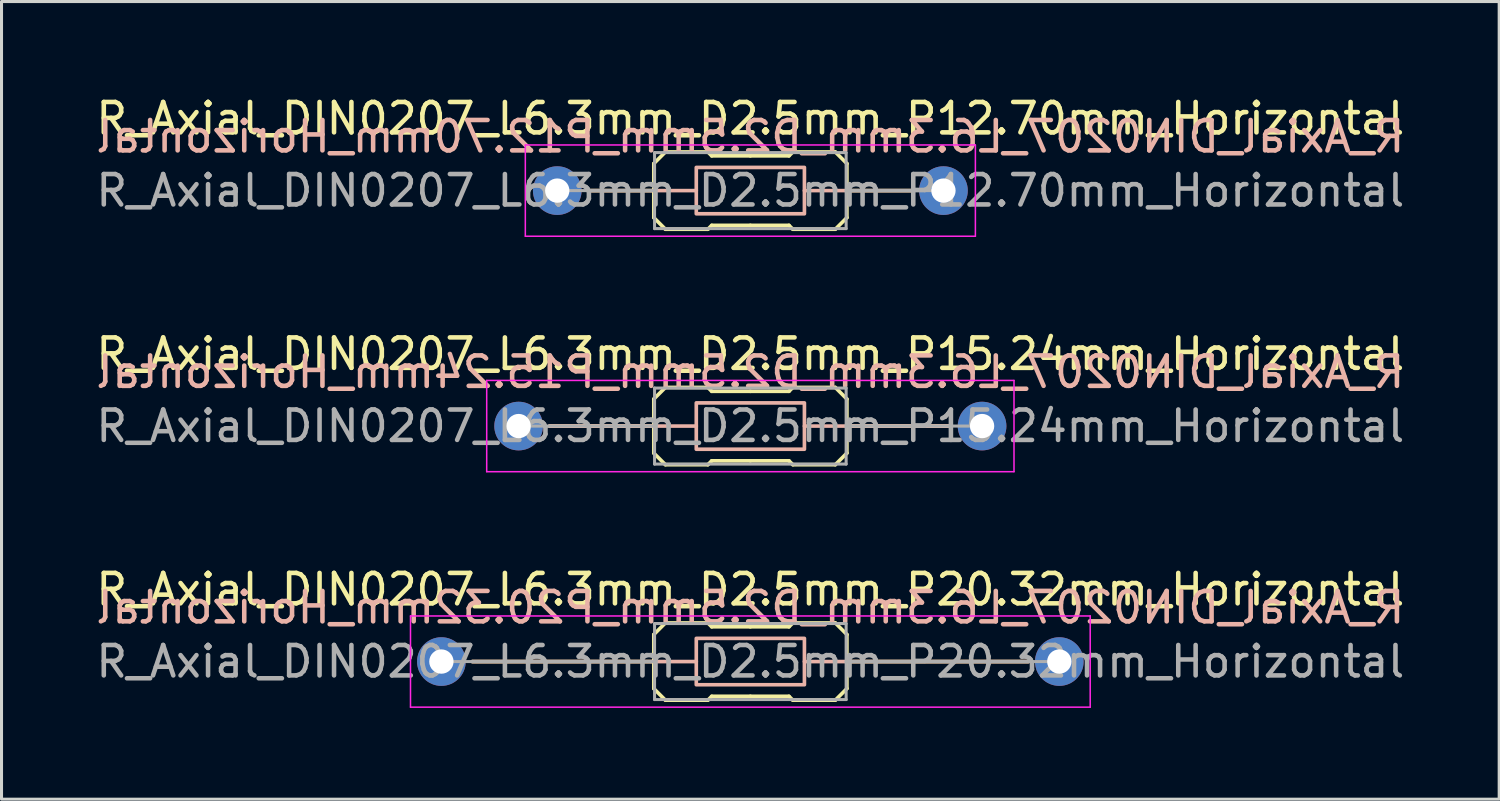
<source format=kicad_pcb>
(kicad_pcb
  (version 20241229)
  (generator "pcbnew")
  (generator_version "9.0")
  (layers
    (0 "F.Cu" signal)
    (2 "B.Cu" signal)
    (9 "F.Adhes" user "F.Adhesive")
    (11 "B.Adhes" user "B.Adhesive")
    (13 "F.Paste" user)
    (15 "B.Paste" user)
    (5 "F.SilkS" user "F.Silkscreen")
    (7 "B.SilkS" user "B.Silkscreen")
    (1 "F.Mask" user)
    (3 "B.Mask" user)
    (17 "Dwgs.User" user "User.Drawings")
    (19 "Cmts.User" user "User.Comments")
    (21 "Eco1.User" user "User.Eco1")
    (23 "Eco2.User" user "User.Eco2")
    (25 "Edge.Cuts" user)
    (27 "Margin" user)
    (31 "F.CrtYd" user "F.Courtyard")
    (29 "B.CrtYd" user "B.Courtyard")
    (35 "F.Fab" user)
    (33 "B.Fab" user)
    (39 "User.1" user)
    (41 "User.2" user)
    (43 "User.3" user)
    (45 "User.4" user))
  (footprint "R_Axial_DIN0207_L6.3mm_D2.5mm_P12.70mm_Horizontal"
    (layer "F.Cu")
    (at 15.275 3.218)
    (property "Reference" "R_Axial_DIN0207_L6.3mm_D2.5mm_P12.70mm_Horizontal" (at 6.35 -2.37 0) (layer "F.SilkS") (effects (font (size 1 1) (thickness 0.15))))
    (fp_line (start 3.175 -0.889) (end 3.175 0.889) (stroke (width 0.12) (type solid)) (layer "F.SilkS"))
    (fp_line (start 3.175 -0.889) (end 3.556 -1.27) (stroke (width 0.12) (type solid)) (layer "F.SilkS"))
    (fp_line (start 3.175 0) (end 1.016 0) (stroke (width 0.12) (type solid)) (layer "F.SilkS"))
    (fp_line (start 3.175 0.889) (end 3.556 1.27) (stroke (width 0.12) (type solid)) (layer "F.SilkS"))
    (fp_line (start 3.556 -1.27) (end 4.953 -1.27) (stroke (width 0.12) (type solid)) (layer "F.SilkS"))
    (fp_line (start 3.556 1.27) (end 4.953 1.27) (stroke (width 0.12) (type solid)) (layer "F.SilkS"))
    (fp_line (start 4.953 -1.27) (end 5.08 -1.143) (stroke (width 0.12) (type solid)) (layer "F.SilkS"))
    (fp_line (start 4.953 1.27) (end 5.08 1.143) (stroke (width 0.12) (type solid)) (layer "F.SilkS"))
    (fp_line (start 5.08 -1.143) (end 6.35 -1.143) (stroke (width 0.12) (type solid)) (layer "F.SilkS"))
    (fp_line (start 5.08 1.143) (end 6.35 1.143) (stroke (width 0.12) (type solid)) (layer "F.SilkS"))
    (fp_line (start 7.62 -1.143) (end 6.35 -1.143) (stroke (width 0.12) (type solid)) (layer "F.SilkS"))
    (fp_line (start 7.62 1.143) (end 6.35 1.143) (stroke (width 0.12) (type solid)) (layer "F.SilkS"))
    (fp_line (start 7.747 -1.27) (end 7.62 -1.143) (stroke (width 0.12) (type solid)) (layer "F.SilkS"))
    (fp_line (start 7.747 1.27) (end 7.62 1.143) (stroke (width 0.12) (type solid)) (layer "F.SilkS"))
    (fp_line (start 9.144 -1.27) (end 7.747 -1.27) (stroke (width 0.12) (type solid)) (layer "F.SilkS"))
    (fp_line (start 9.144 1.27) (end 7.747 1.27) (stroke (width 0.12) (type solid)) (layer "F.SilkS"))
    (fp_line (start 9.525 -0.889) (end 9.144 -1.27) (stroke (width 0.12) (type solid)) (layer "F.SilkS"))
    (fp_line (start 9.525 -0.889) (end 9.525 0.889) (stroke (width 0.12) (type solid)) (layer "F.SilkS"))
    (fp_line (start 9.525 0) (end 11.684 0) (stroke (width 0.12) (type solid)) (layer "F.SilkS"))
    (fp_line (start 9.525 0.889) (end 9.144 1.27) (stroke (width 0.12) (type solid)) (layer "F.SilkS"))
    (fp_line (start 4.572 0) (end 1.016 0) (stroke (width 0.12) (type solid)) (layer "B.SilkS"))
    (fp_line (start 8.128 0) (end 11.684 0) (stroke (width 0.12) (type solid)) (layer "B.SilkS"))
    (fp_rect (start 4.572 -0.762) (end 8.128 0.762) (stroke (width 0.12) (type solid)) (fill no) (layer "B.SilkS"))
    (fp_line (start -1.05 -1.5) (end -1.05 1.5) (stroke (width 0.05) (type solid)) (layer "F.CrtYd"))
    (fp_line (start -1.05 1.5) (end 13.75 1.5) (stroke (width 0.05) (type solid)) (layer "F.CrtYd"))
    (fp_line (start 13.75 -1.5) (end -1.05 -1.5) (stroke (width 0.05) (type solid)) (layer "F.CrtYd"))
    (fp_line (start 13.75 1.5) (end 13.75 -1.5) (stroke (width 0.05) (type solid)) (layer "F.CrtYd"))
    (fp_line (start 0 0) (end 3.2 0) (stroke (width 0.1) (type solid)) (layer "F.Fab"))
    (fp_line (start 3.2 -1.25) (end 3.2 1.25) (stroke (width 0.1) (type solid)) (layer "F.Fab"))
    (fp_line (start 3.2 1.25) (end 9.5 1.25) (stroke (width 0.1) (type solid)) (layer "F.Fab"))
    (fp_line (start 9.5 -1.25) (end 3.2 -1.25) (stroke (width 0.1) (type solid)) (layer "F.Fab"))
    (fp_line (start 9.5 1.25) (end 9.5 -1.25) (stroke (width 0.1) (type solid)) (layer "F.Fab"))
    (fp_line (start 12.7 0) (end 9.5 0) (stroke (width 0.1) (type solid)) (layer "F.Fab"))
    (fp_text user "${REFERENCE}" (at 6.35 -1.778 0) (layer "B.SilkS") (effects (font (size 1 1) (thickness 0.15)) (justify mirror)))
    (fp_text user "${REFERENCE}" (at 6.35 0 0) (layer "F.Fab") (effects (font (size 1 1) (thickness 0.15))))
    (pad "1" thru_hole circle (at 0 0) (size 1.6 1.6) (drill 0.8) (layers "*.Cu" "*.Mask"))
    (pad "2" thru_hole oval (at 12.7 0) (size 1.6 1.6) (drill 0.8) (layers "*.Cu" "*.Mask")))
  (footprint "R_Axial_DIN0207_L6.3mm_D2.5mm_P20.32mm_Horizontal"
    (layer "F.Cu")
    (at 14.005 18.705)
    (property "Reference" "R_Axial_DIN0207_L6.3mm_D2.5mm_P20.32mm_Horizontal" (at 7.62 -2.37 0) (layer "F.SilkS") (effects (font (size 1 1) (thickness 0.15))))
    (fp_line (start 4.445 -0.889) (end 4.445 0.889) (stroke (width 0.12) (type solid)) (layer "F.SilkS"))
    (fp_line (start 4.445 -0.889) (end 4.826 -1.27) (stroke (width 0.12) (type solid)) (layer "F.SilkS"))
    (fp_line (start 4.445 0) (end -1.524 0) (stroke (width 0.12) (type solid)) (layer "F.SilkS"))
    (fp_line (start 4.445 0.889) (end 4.826 1.27) (stroke (width 0.12) (type solid)) (layer "F.SilkS"))
    (fp_line (start 4.826 -1.27) (end 6.223 -1.27) (stroke (width 0.12) (type solid)) (layer "F.SilkS"))
    (fp_line (start 4.826 1.27) (end 6.223 1.27) (stroke (width 0.12) (type solid)) (layer "F.SilkS"))
    (fp_line (start 6.223 -1.27) (end 6.35 -1.143) (stroke (width 0.12) (type solid)) (layer "F.SilkS"))
    (fp_line (start 6.223 1.27) (end 6.35 1.143) (stroke (width 0.12) (type solid)) (layer "F.SilkS"))
    (fp_line (start 6.35 -1.143) (end 7.62 -1.143) (stroke (width 0.12) (type solid)) (layer "F.SilkS"))
    (fp_line (start 6.35 1.143) (end 7.62 1.143) (stroke (width 0.12) (type solid)) (layer "F.SilkS"))
    (fp_line (start 8.89 -1.143) (end 7.62 -1.143) (stroke (width 0.12) (type solid)) (layer "F.SilkS"))
    (fp_line (start 8.89 1.143) (end 7.62 1.143) (stroke (width 0.12) (type solid)) (layer "F.SilkS"))
    (fp_line (start 9.017 -1.27) (end 8.89 -1.143) (stroke (width 0.12) (type solid)) (layer "F.SilkS"))
    (fp_line (start 9.017 1.27) (end 8.89 1.143) (stroke (width 0.12) (type solid)) (layer "F.SilkS"))
    (fp_line (start 10.414 -1.27) (end 9.017 -1.27) (stroke (width 0.12) (type solid)) (layer "F.SilkS"))
    (fp_line (start 10.414 1.27) (end 9.017 1.27) (stroke (width 0.12) (type solid)) (layer "F.SilkS"))
    (fp_line (start 10.795 -0.889) (end 10.414 -1.27) (stroke (width 0.12) (type solid)) (layer "F.SilkS"))
    (fp_line (start 10.795 -0.889) (end 10.795 0.889) (stroke (width 0.12) (type solid)) (layer "F.SilkS"))
    (fp_line (start 10.795 0) (end 16.764 0) (stroke (width 0.12) (type solid)) (layer "F.SilkS"))
    (fp_line (start 10.795 0.889) (end 10.414 1.27) (stroke (width 0.12) (type solid)) (layer "F.SilkS"))
    (fp_line (start 5.842 0) (end -1.524 0) (stroke (width 0.12) (type solid)) (layer "B.SilkS"))
    (fp_line (start 9.398 0) (end 16.764 0) (stroke (width 0.12) (type solid)) (layer "B.SilkS"))
    (fp_rect (start 5.842 -0.762) (end 9.398 0.762) (stroke (width 0.12) (type solid)) (fill no) (layer "B.SilkS"))
    (fp_line (start -3.556 -1.5) (end -3.556 1.5) (stroke (width 0.05) (type solid)) (layer "F.CrtYd"))
    (fp_line (start -3.556 1.5) (end 18.796 1.5) (stroke (width 0.05) (type solid)) (layer "F.CrtYd"))
    (fp_line (start 18.796 -1.5) (end -3.556 -1.5) (stroke (width 0.05) (type solid)) (layer "F.CrtYd"))
    (fp_line (start 18.796 1.5) (end 18.796 -1.5) (stroke (width 0.05) (type solid)) (layer "F.CrtYd"))
    (fp_line (start -2.54 0) (end 4.47 0) (stroke (width 0.1) (type solid)) (layer "F.Fab"))
    (fp_line (start 4.47 -1.25) (end 4.47 1.25) (stroke (width 0.1) (type solid)) (layer "F.Fab"))
    (fp_line (start 4.47 1.25) (end 10.77 1.25) (stroke (width 0.1) (type solid)) (layer "F.Fab"))
    (fp_line (start 10.77 -1.25) (end 4.47 -1.25) (stroke (width 0.1) (type solid)) (layer "F.Fab"))
    (fp_line (start 10.77 1.25) (end 10.77 -1.25) (stroke (width 0.1) (type solid)) (layer "F.Fab"))
    (fp_line (start 17.78 0) (end 10.77 0) (stroke (width 0.1) (type solid)) (layer "F.Fab"))
    (fp_text user "${REFERENCE}" (at 7.62 -1.778 0) (layer "B.SilkS") (effects (font (size 1 1) (thickness 0.15)) (justify mirror)))
    (fp_text user "${REFERENCE}" (at 7.62 0 0) (layer "F.Fab") (effects (font (size 1 1) (thickness 0.15))))
    (pad "1" thru_hole circle (at -2.54 0) (size 1.6 1.6) (drill 0.8) (layers "*.Cu" "*.Mask"))
    (pad "2" thru_hole oval (at 17.78 0) (size 1.6 1.6) (drill 0.8) (layers "*.Cu" "*.Mask")))
  (footprint "R_Axial_DIN0207_L6.3mm_D2.5mm_P15.24mm_Horizontal"
    (layer "F.Cu")
    (at 14.005 10.961)
    (property "Reference" "R_Axial_DIN0207_L6.3mm_D2.5mm_P15.24mm_Horizontal" (at 7.62 -2.37 0) (layer "F.SilkS") (effects (font (size 1 1) (thickness 0.15))))
    (fp_line (start 4.445 -0.889) (end 4.445 0.889) (stroke (width 0.12) (type solid)) (layer "F.SilkS"))
    (fp_line (start 4.445 -0.889) (end 4.826 -1.27) (stroke (width 0.12) (type solid)) (layer "F.SilkS"))
    (fp_line (start 4.445 0) (end 1.016 0) (stroke (width 0.12) (type solid)) (layer "F.SilkS"))
    (fp_line (start 4.445 0.889) (end 4.826 1.27) (stroke (width 0.12) (type solid)) (layer "F.SilkS"))
    (fp_line (start 4.826 -1.27) (end 6.223 -1.27) (stroke (width 0.12) (type solid)) (layer "F.SilkS"))
    (fp_line (start 4.826 1.27) (end 6.223 1.27) (stroke (width 0.12) (type solid)) (layer "F.SilkS"))
    (fp_line (start 6.223 -1.27) (end 6.35 -1.143) (stroke (width 0.12) (type solid)) (layer "F.SilkS"))
    (fp_line (start 6.223 1.27) (end 6.35 1.143) (stroke (width 0.12) (type solid)) (layer "F.SilkS"))
    (fp_line (start 6.35 -1.143) (end 7.62 -1.143) (stroke (width 0.12) (type solid)) (layer "F.SilkS"))
    (fp_line (start 6.35 1.143) (end 7.62 1.143) (stroke (width 0.12) (type solid)) (layer "F.SilkS"))
    (fp_line (start 8.89 -1.143) (end 7.62 -1.143) (stroke (width 0.12) (type solid)) (layer "F.SilkS"))
    (fp_line (start 8.89 1.143) (end 7.62 1.143) (stroke (width 0.12) (type solid)) (layer "F.SilkS"))
    (fp_line (start 9.017 -1.27) (end 8.89 -1.143) (stroke (width 0.12) (type solid)) (layer "F.SilkS"))
    (fp_line (start 9.017 1.27) (end 8.89 1.143) (stroke (width 0.12) (type solid)) (layer "F.SilkS"))
    (fp_line (start 10.414 -1.27) (end 9.017 -1.27) (stroke (width 0.12) (type solid)) (layer "F.SilkS"))
    (fp_line (start 10.414 1.27) (end 9.017 1.27) (stroke (width 0.12) (type solid)) (layer "F.SilkS"))
    (fp_line (start 10.795 -0.889) (end 10.414 -1.27) (stroke (width 0.12) (type solid)) (layer "F.SilkS"))
    (fp_line (start 10.795 -0.889) (end 10.795 0.889) (stroke (width 0.12) (type solid)) (layer "F.SilkS"))
    (fp_line (start 10.795 0) (end 14.224 0) (stroke (width 0.12) (type solid)) (layer "F.SilkS"))
    (fp_line (start 10.795 0.889) (end 10.414 1.27) (stroke (width 0.12) (type solid)) (layer "F.SilkS"))
    (fp_line (start 5.842 0) (end 1.016 0) (stroke (width 0.12) (type solid)) (layer "B.SilkS"))
    (fp_line (start 9.398 0) (end 14.224 0) (stroke (width 0.12) (type solid)) (layer "B.SilkS"))
    (fp_rect (start 5.842 -0.762) (end 9.398 0.762) (stroke (width 0.12) (type solid)) (fill no) (layer "B.SilkS"))
    (fp_line (start -1.05 -1.5) (end -1.05 1.5) (stroke (width 0.05) (type solid)) (layer "F.CrtYd"))
    (fp_line (start -1.05 1.5) (end 16.29 1.5) (stroke (width 0.05) (type solid)) (layer "F.CrtYd"))
    (fp_line (start 16.29 -1.5) (end -1.05 -1.5) (stroke (width 0.05) (type solid)) (layer "F.CrtYd"))
    (fp_line (start 16.29 1.5) (end 16.29 -1.5) (stroke (width 0.05) (type solid)) (layer "F.CrtYd"))
    (fp_line (start 0 0) (end 4.47 0) (stroke (width 0.1) (type solid)) (layer "F.Fab"))
    (fp_line (start 4.47 -1.25) (end 4.47 1.25) (stroke (width 0.1) (type solid)) (layer "F.Fab"))
    (fp_line (start 4.47 1.25) (end 10.77 1.25) (stroke (width 0.1) (type solid)) (layer "F.Fab"))
    (fp_line (start 10.77 -1.25) (end 4.47 -1.25) (stroke (width 0.1) (type solid)) (layer "F.Fab"))
    (fp_line (start 10.77 1.25) (end 10.77 -1.25) (stroke (width 0.1) (type solid)) (layer "F.Fab"))
    (fp_line (start 15.24 0) (end 10.77 0) (stroke (width 0.1) (type solid)) (layer "F.Fab"))
    (fp_text user "${REFERENCE}" (at 7.62 -1.778 0) (layer "B.SilkS") (effects (font (size 1 1) (thickness 0.15)) (justify mirror)))
    (fp_text user "${REFERENCE}" (at 7.62 0 0) (layer "F.Fab") (effects (font (size 1 1) (thickness 0.15))))
    (pad "1" thru_hole circle (at 0 0) (size 1.6 1.6) (drill 0.8) (layers "*.Cu" "*.Mask"))
    (pad "2" thru_hole oval (at 15.24 0) (size 1.6 1.6) (drill 0.8) (layers "*.Cu" "*.Mask")))
  (gr_rect
    (start -3 -3)
    (end 46.25 23.23)
    (stroke (width 0.1) (type default))
    (fill no)
    (layer "Edge.Cuts")))
</source>
